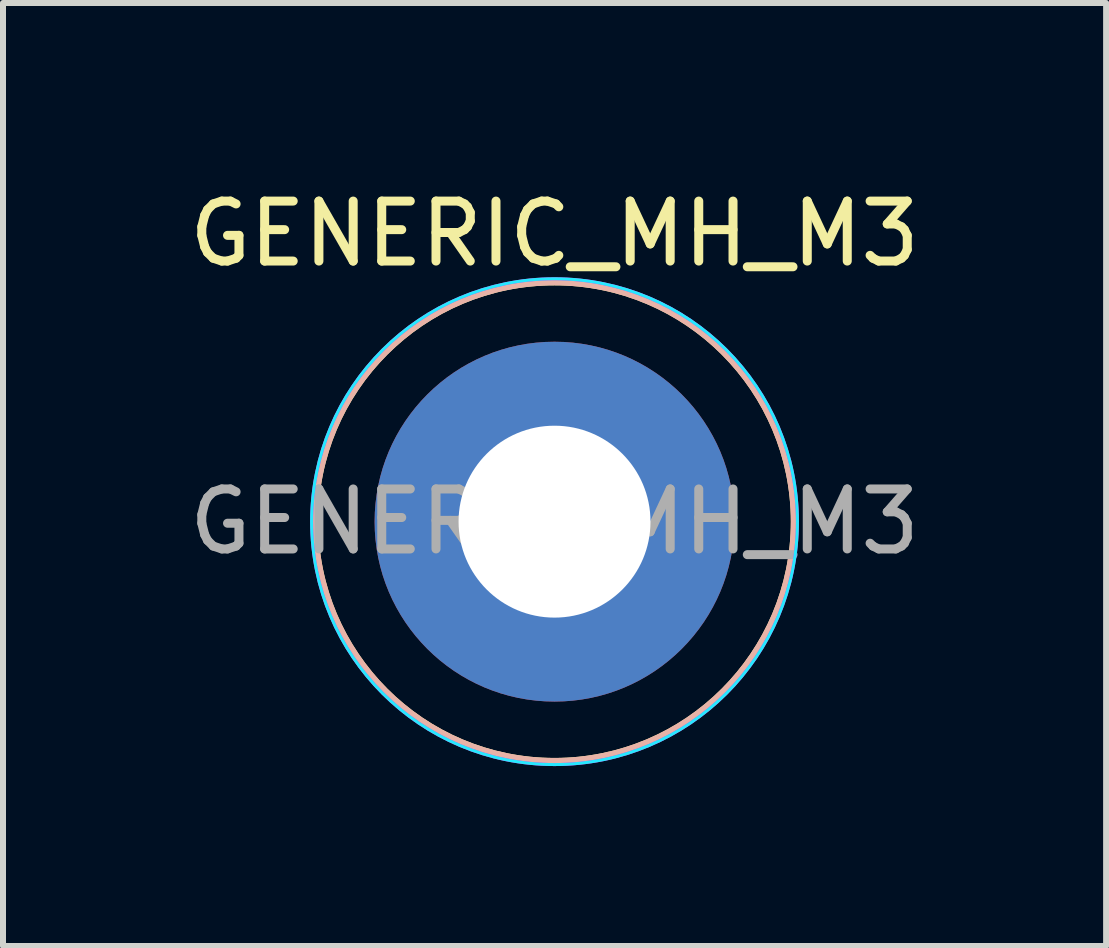
<source format=kicad_pcb>
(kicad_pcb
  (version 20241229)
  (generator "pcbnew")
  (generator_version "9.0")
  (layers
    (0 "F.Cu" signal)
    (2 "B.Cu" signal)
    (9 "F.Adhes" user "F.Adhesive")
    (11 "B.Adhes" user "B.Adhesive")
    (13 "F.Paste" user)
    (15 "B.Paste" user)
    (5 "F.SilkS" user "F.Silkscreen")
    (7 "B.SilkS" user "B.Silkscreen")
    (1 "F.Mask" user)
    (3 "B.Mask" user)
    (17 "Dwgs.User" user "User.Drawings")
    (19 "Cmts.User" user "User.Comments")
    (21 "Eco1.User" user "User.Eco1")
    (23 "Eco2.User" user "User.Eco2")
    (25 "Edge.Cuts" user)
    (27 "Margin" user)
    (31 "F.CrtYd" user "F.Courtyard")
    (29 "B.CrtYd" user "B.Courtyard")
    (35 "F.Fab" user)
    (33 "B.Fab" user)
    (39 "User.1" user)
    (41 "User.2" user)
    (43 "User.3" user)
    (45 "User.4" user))
  (footprint "GENERIC_MH_M3"
    (layer "F.Cu")
    (at 6.196 5.648)
    (property "Reference" "GENERIC_MH_M3" (at 0 -4.8 0) (unlocked yes) (layer "F.SilkS") (effects (font (size 1 1) (thickness 0.15))))
    (attr smd)
    (fp_circle (center 0 0) (end 4 0) (stroke (width 0.12) (type solid)) (fill no) (layer "F.SilkS"))
    (fp_circle (center 0 0) (end 4 0) (stroke (width 0.12) (type solid)) (fill no) (layer "B.SilkS"))
    (fp_circle (center 0 0) (end 4.05 0) (stroke (width 0.05) (type solid)) (fill no) (layer "B.CrtYd"))
    (fp_circle (center 0 0) (end 4.05 0) (stroke (width 0.05) (type solid)) (fill no) (layer "F.CrtYd"))
    (fp_text user "${REFERENCE}" (at 0 0 0) (unlocked yes) (layer "F.Fab") (effects (font (size 1 1) (thickness 0.15))))
    (pad "1" thru_hole circle (at 0 0) (size 6 6) (drill 3.2) (layers "*.Cu" "*.Mask")))
  (gr_rect
    (start -3 -3)
    (end 15.393 12.723)
    (stroke (width 0.1) (type default))
    (fill no)
    (layer "Edge.Cuts")))
</source>
